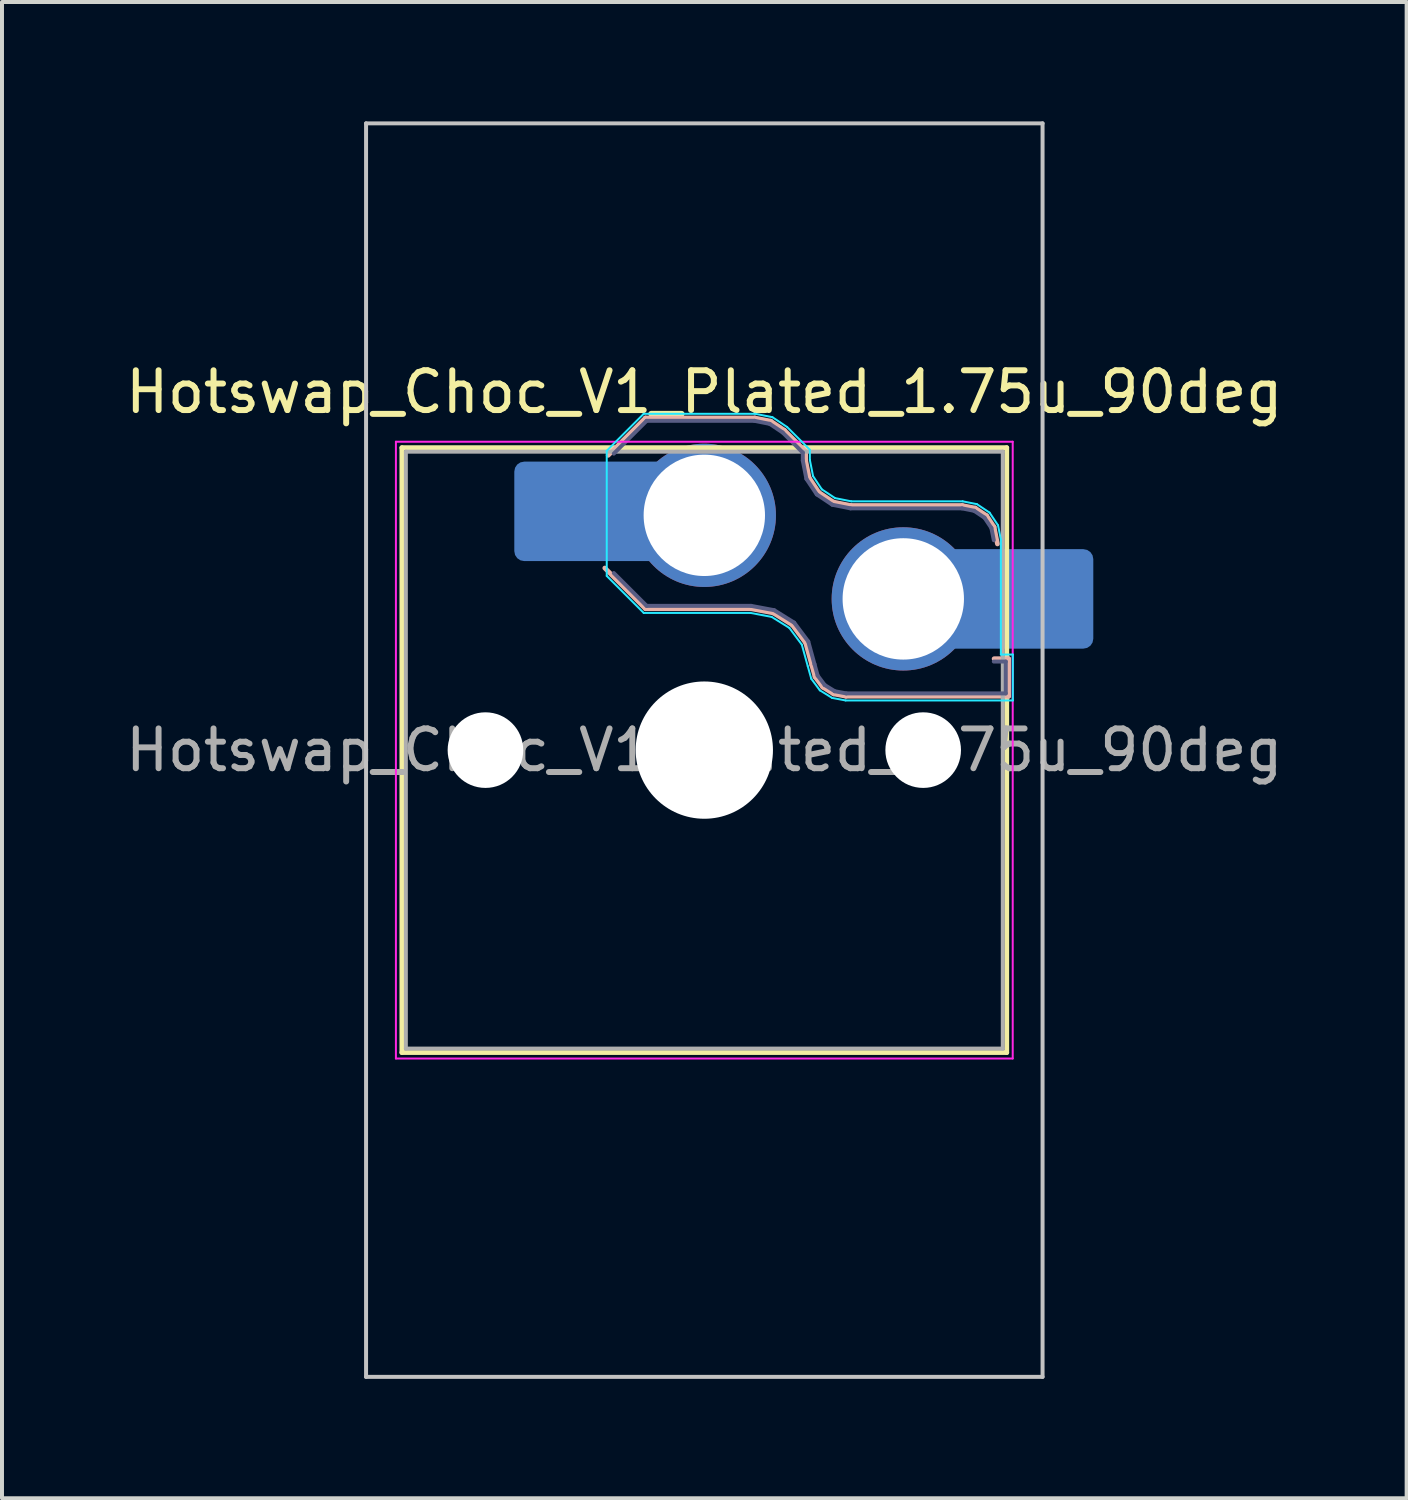
<source format=kicad_pcb>
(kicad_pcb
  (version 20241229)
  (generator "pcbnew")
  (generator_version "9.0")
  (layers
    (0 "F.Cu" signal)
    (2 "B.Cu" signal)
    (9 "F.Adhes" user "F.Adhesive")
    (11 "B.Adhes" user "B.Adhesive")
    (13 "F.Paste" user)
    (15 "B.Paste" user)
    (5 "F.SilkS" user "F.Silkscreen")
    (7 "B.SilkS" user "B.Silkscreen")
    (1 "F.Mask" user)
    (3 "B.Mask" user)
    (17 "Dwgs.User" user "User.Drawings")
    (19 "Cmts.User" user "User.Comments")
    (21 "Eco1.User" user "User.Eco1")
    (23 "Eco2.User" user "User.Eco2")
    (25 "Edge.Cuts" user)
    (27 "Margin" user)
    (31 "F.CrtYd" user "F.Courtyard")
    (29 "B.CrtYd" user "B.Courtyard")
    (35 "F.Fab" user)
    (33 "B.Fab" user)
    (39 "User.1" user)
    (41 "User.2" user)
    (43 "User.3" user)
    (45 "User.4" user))
  (footprint "Hotswap_Choc_V1_Plated_1.75u_90deg"
    (layer "F.Cu")
    (at 14.649 15.8)
    (property "Reference" "Hotswap_Choc_V1_Plated_1.75u_90deg" (at 0 -9 0) (layer "F.SilkS") (effects (font (size 1 1) (thickness 0.15))))
    (attr smd allow_soldermask_bridges)
    (fp_line (start -7.6 -7.6) (end -7.6 7.6) (stroke (width 0.12) (type solid)) (layer "F.SilkS"))
    (fp_line (start -7.6 7.6) (end 7.6 7.6) (stroke (width 0.12) (type solid)) (layer "F.SilkS"))
    (fp_line (start 7.6 -7.6) (end -7.6 -7.6) (stroke (width 0.12) (type solid)) (layer "F.SilkS"))
    (fp_line (start 7.6 7.6) (end 7.6 -7.6) (stroke (width 0.12) (type solid)) (layer "F.SilkS"))
    (fp_line (start -2.416 -7.409) (end -1.479 -8.346) (stroke (width 0.12) (type solid)) (layer "B.SilkS"))
    (fp_line (start -1.479 -8.346) (end 1.268 -8.346) (stroke (width 0.12) (type solid)) (layer "B.SilkS"))
    (fp_line (start -1.479 -3.554) (end -2.5 -4.575) (stroke (width 0.12) (type solid)) (layer "B.SilkS"))
    (fp_line (start 1.168 -3.554) (end -1.479 -3.554) (stroke (width 0.12) (type solid)) (layer "B.SilkS"))
    (fp_line (start 1.268 -8.346) (end 1.671 -8.266) (stroke (width 0.12) (type solid)) (layer "B.SilkS"))
    (fp_line (start 1.671 -8.266) (end 2.013 -8.037) (stroke (width 0.12) (type solid)) (layer "B.SilkS"))
    (fp_line (start 1.73 -3.449) (end 1.168 -3.554) (stroke (width 0.12) (type solid)) (layer "B.SilkS"))
    (fp_line (start 2.013 -8.037) (end 2.546 -7.504) (stroke (width 0.12) (type solid)) (layer "B.SilkS"))
    (fp_line (start 2.209 -3.15) (end 1.73 -3.449) (stroke (width 0.12) (type solid)) (layer "B.SilkS"))
    (fp_line (start 2.546 -7.504) (end 2.546 -7.282) (stroke (width 0.12) (type solid)) (layer "B.SilkS"))
    (fp_line (start 2.546 -7.282) (end 2.633 -6.844) (stroke (width 0.12) (type solid)) (layer "B.SilkS"))
    (fp_line (start 2.547 -2.697) (end 2.209 -3.15) (stroke (width 0.12) (type solid)) (layer "B.SilkS"))
    (fp_line (start 2.633 -6.844) (end 2.877 -6.477) (stroke (width 0.12) (type solid)) (layer "B.SilkS"))
    (fp_line (start 2.701 -2.139) (end 2.547 -2.697) (stroke (width 0.12) (type solid)) (layer "B.SilkS"))
    (fp_line (start 2.783 -1.841) (end 2.701 -2.139) (stroke (width 0.12) (type solid)) (layer "B.SilkS"))
    (fp_line (start 2.877 -6.477) (end 3.244 -6.233) (stroke (width 0.12) (type solid)) (layer "B.SilkS"))
    (fp_line (start 2.976 -1.583) (end 2.783 -1.841) (stroke (width 0.12) (type solid)) (layer "B.SilkS"))
    (fp_line (start 3.244 -6.233) (end 3.682 -6.146) (stroke (width 0.12) (type solid)) (layer "B.SilkS"))
    (fp_line (start 3.25 -1.413) (end 2.976 -1.583) (stroke (width 0.12) (type solid)) (layer "B.SilkS"))
    (fp_line (start 3.56 -1.354) (end 3.25 -1.413) (stroke (width 0.12) (type solid)) (layer "B.SilkS"))
    (fp_line (start 3.682 -6.146) (end 6.482 -6.146) (stroke (width 0.12) (type solid)) (layer "B.SilkS"))
    (fp_line (start 6.482 -6.146) (end 6.809 -6.081) (stroke (width 0.12) (type solid)) (layer "B.SilkS"))
    (fp_line (start 6.809 -6.081) (end 7.092 -5.892) (stroke (width 0.12) (type solid)) (layer "B.SilkS"))
    (fp_line (start 7.092 -5.892) (end 7.281 -5.609) (stroke (width 0.12) (type solid)) (layer "B.SilkS"))
    (fp_line (start 7.281 -5.609) (end 7.366 -5.182) (stroke (width 0.12) (type solid)) (layer "B.SilkS"))
    (fp_line (start 7.283 -2.296) (end 7.646 -2.296) (stroke (width 0.12) (type solid)) (layer "B.SilkS"))
    (fp_line (start 7.646 -2.296) (end 7.646 -1.354) (stroke (width 0.12) (type solid)) (layer "B.SilkS"))
    (fp_line (start 7.646 -1.354) (end 3.56 -1.354) (stroke (width 0.12) (type solid)) (layer "B.SilkS"))
    (fp_line (start -8.5 -15.75) (end 8.5 -15.75) (stroke (width 0.1) (type solid)) (layer "Dwgs.User"))
    (fp_line (start -8.5 15.75) (end -8.5 -15.75) (stroke (width 0.1) (type solid)) (layer "Dwgs.User"))
    (fp_line (start 8.5 -15.75) (end 8.5 15.75) (stroke (width 0.1) (type solid)) (layer "Dwgs.User"))
    (fp_line (start 8.5 15.75) (end -8.5 15.75) (stroke (width 0.1) (type solid)) (layer "Dwgs.User"))
    (fp_line (start -7.25 -7.25) (end -7.25 7.25) (stroke (width 0.1) (type solid)) (layer "Eco1.User"))
    (fp_line (start -7.25 7.25) (end 7.25 7.25) (stroke (width 0.1) (type solid)) (layer "Eco1.User"))
    (fp_line (start 7.25 -7.25) (end -7.25 -7.25) (stroke (width 0.1) (type solid)) (layer "Eco1.User"))
    (fp_line (start 7.25 7.25) (end 7.25 -7.25) (stroke (width 0.1) (type solid)) (layer "Eco1.User"))
    (fp_line (start -2.452 -7.523) (end -1.523 -8.452) (stroke (width 0.05) (type solid)) (layer "B.CrtYd"))
    (fp_line (start -2.452 -4.377) (end -2.452 -7.523) (stroke (width 0.05) (type solid)) (layer "B.CrtYd"))
    (fp_line (start -1.523 -8.452) (end 1.278 -8.452) (stroke (width 0.05) (type solid)) (layer "B.CrtYd"))
    (fp_line (start -1.523 -3.448) (end -2.452 -4.377) (stroke (width 0.05) (type solid)) (layer "B.CrtYd"))
    (fp_line (start 1.159 -3.448) (end -1.523 -3.448) (stroke (width 0.05) (type solid)) (layer "B.CrtYd"))
    (fp_line (start 1.278 -8.452) (end 1.712 -8.366) (stroke (width 0.05) (type solid)) (layer "B.CrtYd"))
    (fp_line (start 1.691 -3.348) (end 1.159 -3.448) (stroke (width 0.05) (type solid)) (layer "B.CrtYd"))
    (fp_line (start 1.712 -8.366) (end 2.081 -8.119) (stroke (width 0.05) (type solid)) (layer "B.CrtYd"))
    (fp_line (start 2.081 -8.119) (end 2.652 -7.548) (stroke (width 0.05) (type solid)) (layer "B.CrtYd"))
    (fp_line (start 2.136 -3.071) (end 1.691 -3.348) (stroke (width 0.05) (type solid)) (layer "B.CrtYd"))
    (fp_line (start 2.45 -2.65) (end 2.136 -3.071) (stroke (width 0.05) (type solid)) (layer "B.CrtYd"))
    (fp_line (start 2.599 -2.111) (end 2.45 -2.65) (stroke (width 0.05) (type solid)) (layer "B.CrtYd"))
    (fp_line (start 2.652 -7.548) (end 2.652 -7.292) (stroke (width 0.05) (type solid)) (layer "B.CrtYd"))
    (fp_line (start 2.652 -7.292) (end 2.733 -6.885) (stroke (width 0.05) (type solid)) (layer "B.CrtYd"))
    (fp_line (start 2.687 -1.794) (end 2.599 -2.111) (stroke (width 0.05) (type solid)) (layer "B.CrtYd"))
    (fp_line (start 2.733 -6.885) (end 2.953 -6.553) (stroke (width 0.05) (type solid)) (layer "B.CrtYd"))
    (fp_line (start 2.903 -1.503) (end 2.687 -1.794) (stroke (width 0.05) (type solid)) (layer "B.CrtYd"))
    (fp_line (start 2.953 -6.553) (end 3.285 -6.333) (stroke (width 0.05) (type solid)) (layer "B.CrtYd"))
    (fp_line (start 3.211 -1.312) (end 2.903 -1.503) (stroke (width 0.05) (type solid)) (layer "B.CrtYd"))
    (fp_line (start 3.285 -6.333) (end 3.692 -6.252) (stroke (width 0.05) (type solid)) (layer "B.CrtYd"))
    (fp_line (start 3.55 -1.248) (end 3.211 -1.312) (stroke (width 0.05) (type solid)) (layer "B.CrtYd"))
    (fp_line (start 3.692 -6.252) (end 6.492 -6.252) (stroke (width 0.05) (type solid)) (layer "B.CrtYd"))
    (fp_line (start 6.492 -6.252) (end 6.85 -6.181) (stroke (width 0.05) (type solid)) (layer "B.CrtYd"))
    (fp_line (start 6.85 -6.181) (end 7.168 -5.968) (stroke (width 0.05) (type solid)) (layer "B.CrtYd"))
    (fp_line (start 7.168 -5.968) (end 7.381 -5.65) (stroke (width 0.05) (type solid)) (layer "B.CrtYd"))
    (fp_line (start 7.381 -5.65) (end 7.452 -5.292) (stroke (width 0.05) (type solid)) (layer "B.CrtYd"))
    (fp_line (start 7.452 -5.292) (end 7.452 -2.402) (stroke (width 0.05) (type solid)) (layer "B.CrtYd"))
    (fp_line (start 7.452 -2.402) (end 7.752 -2.402) (stroke (width 0.05) (type solid)) (layer "B.CrtYd"))
    (fp_line (start 7.752 -2.402) (end 7.752 -1.248) (stroke (width 0.05) (type solid)) (layer "B.CrtYd"))
    (fp_line (start 7.752 -1.248) (end 3.55 -1.248) (stroke (width 0.05) (type solid)) (layer "B.CrtYd"))
    (fp_line (start -7.75 -7.75) (end -7.75 7.75) (stroke (width 0.05) (type solid)) (layer "F.CrtYd"))
    (fp_line (start -7.75 7.75) (end 7.75 7.75) (stroke (width 0.05) (type solid)) (layer "F.CrtYd"))
    (fp_line (start 7.75 -7.75) (end -7.75 -7.75) (stroke (width 0.05) (type solid)) (layer "F.CrtYd"))
    (fp_line (start 7.75 7.75) (end 7.75 -7.75) (stroke (width 0.05) (type solid)) (layer "F.CrtYd"))
    (fp_line (start -2.275 -7.45) (end -1.45 -8.275) (stroke (width 0.1) (type solid)) (layer "B.Fab"))
    (fp_line (start -1.45 -8.275) (end 1.261 -8.275) (stroke (width 0.1) (type solid)) (layer "B.Fab"))
    (fp_line (start -1.45 -3.625) (end -2.275 -4.45) (stroke (width 0.1) (type solid)) (layer "B.Fab"))
    (fp_line (start 1.175 -3.625) (end -1.45 -3.625) (stroke (width 0.1) (type solid)) (layer "B.Fab"))
    (fp_line (start 1.261 -8.275) (end 1.643 -8.199) (stroke (width 0.1) (type solid)) (layer "B.Fab"))
    (fp_line (start 1.643 -8.199) (end 1.968 -7.982) (stroke (width 0.1) (type solid)) (layer "B.Fab"))
    (fp_line (start 1.756 -3.516) (end 1.175 -3.625) (stroke (width 0.1) (type solid)) (layer "B.Fab"))
    (fp_line (start 1.968 -7.982) (end 2.475 -7.475) (stroke (width 0.1) (type solid)) (layer "B.Fab"))
    (fp_line (start 2.258 -3.203) (end 1.756 -3.516) (stroke (width 0.1) (type solid)) (layer "B.Fab"))
    (fp_line (start 2.475 -7.475) (end 2.475 -7.275) (stroke (width 0.1) (type solid)) (layer "B.Fab"))
    (fp_line (start 2.475 -7.275) (end 2.566 -6.816) (stroke (width 0.1) (type solid)) (layer "B.Fab"))
    (fp_line (start 2.566 -6.816) (end 2.826 -6.426) (stroke (width 0.1) (type solid)) (layer "B.Fab"))
    (fp_line (start 2.612 -2.729) (end 2.258 -3.203) (stroke (width 0.1) (type solid)) (layer "B.Fab"))
    (fp_line (start 2.769 -2.158) (end 2.612 -2.729) (stroke (width 0.1) (type solid)) (layer "B.Fab"))
    (fp_line (start 2.826 -6.426) (end 3.216 -6.166) (stroke (width 0.1) (type solid)) (layer "B.Fab"))
    (fp_line (start 2.848 -1.873) (end 2.769 -2.158) (stroke (width 0.1) (type solid)) (layer "B.Fab"))
    (fp_line (start 3.025 -1.636) (end 2.848 -1.873) (stroke (width 0.1) (type solid)) (layer "B.Fab"))
    (fp_line (start 3.216 -6.166) (end 3.675 -6.075) (stroke (width 0.1) (type solid)) (layer "B.Fab"))
    (fp_line (start 3.276 -1.48) (end 3.025 -1.636) (stroke (width 0.1) (type solid)) (layer "B.Fab"))
    (fp_line (start 3.567 -1.425) (end 3.276 -1.48) (stroke (width 0.1) (type solid)) (layer "B.Fab"))
    (fp_line (start 3.675 -6.075) (end 6.475 -6.075) (stroke (width 0.1) (type solid)) (layer "B.Fab"))
    (fp_line (start 6.475 -6.075) (end 6.781 -6.014) (stroke (width 0.1) (type solid)) (layer "B.Fab"))
    (fp_line (start 6.781 -6.014) (end 7.041 -5.841) (stroke (width 0.1) (type solid)) (layer "B.Fab"))
    (fp_line (start 7.041 -5.841) (end 7.214 -5.581) (stroke (width 0.1) (type solid)) (layer "B.Fab"))
    (fp_line (start 7.214 -5.581) (end 7.275 -5.275) (stroke (width 0.1) (type solid)) (layer "B.Fab"))
    (fp_line (start 7.275 -2.225) (end 7.575 -2.225) (stroke (width 0.1) (type solid)) (layer "B.Fab"))
    (fp_line (start 7.575 -2.225) (end 7.575 -1.425) (stroke (width 0.1) (type solid)) (layer "B.Fab"))
    (fp_line (start 7.575 -1.425) (end 3.567 -1.425) (stroke (width 0.1) (type solid)) (layer "B.Fab"))
    (fp_line (start -7.5 -7.5) (end -7.5 7.5) (stroke (width 0.1) (type solid)) (layer "F.Fab"))
    (fp_line (start -7.5 7.5) (end 7.5 7.5) (stroke (width 0.1) (type solid)) (layer "F.Fab"))
    (fp_line (start 7.5 -7.5) (end -7.5 -7.5) (stroke (width 0.1) (type solid)) (layer "F.Fab"))
    (fp_line (start 7.5 7.5) (end 7.5 -7.5) (stroke (width 0.1) (type solid)) (layer "F.Fab"))
    (fp_text user "${REFERENCE}" (at 0 0 0) (layer "F.Fab") (effects (font (size 1 1) (thickness 0.15))))
    (pad "" np_thru_hole circle (at -5.5 0) (size 1.9 1.9) (drill 1.9) (layers "*.Cu" "*.Mask"))
    (pad "" smd roundrect (at -3.5 -6) (size 2.55 2.5) (layers "B.Mask" "B.Paste") (roundrect_rratio 0.1))
    (pad "" np_thru_hole circle (at 0 0) (size 3.45 3.45) (drill 3.45) (layers "*.Cu" "*.Mask"))
    (pad "" np_thru_hole circle (at 5.5 0) (size 1.9 1.9) (drill 1.9) (layers "*.Cu" "*.Mask"))
    (pad "" smd roundrect (at 8.5 -3.8) (size 2.55 2.5) (layers "B.Mask" "B.Paste") (roundrect_rratio 0.1))
    (pad "1" smd roundrect (at -2.85 -6) (size 3.85 2.5) (layers "B.Cu") (roundrect_rratio 0.1))
    (pad "1" thru_hole circle (at 0 -5.9) (size 3.6 3.6) (drill 3.05) (layers "*.Cu" "*.Mask"))
    (pad "2" thru_hole circle (at 5 -3.8) (size 3.6 3.6) (drill 3.05) (layers "*.Cu" "*.Mask"))
    (pad "2" smd roundrect (at 7.85 -3.8) (size 3.85 2.5) (layers "B.Cu") (roundrect_rratio 0.1)))
  (gr_rect
    (start -3 -3)
    (end 32.298 34.6)
    (stroke (width 0.1) (type default))
    (fill no)
    (layer "Edge.Cuts")))
</source>
